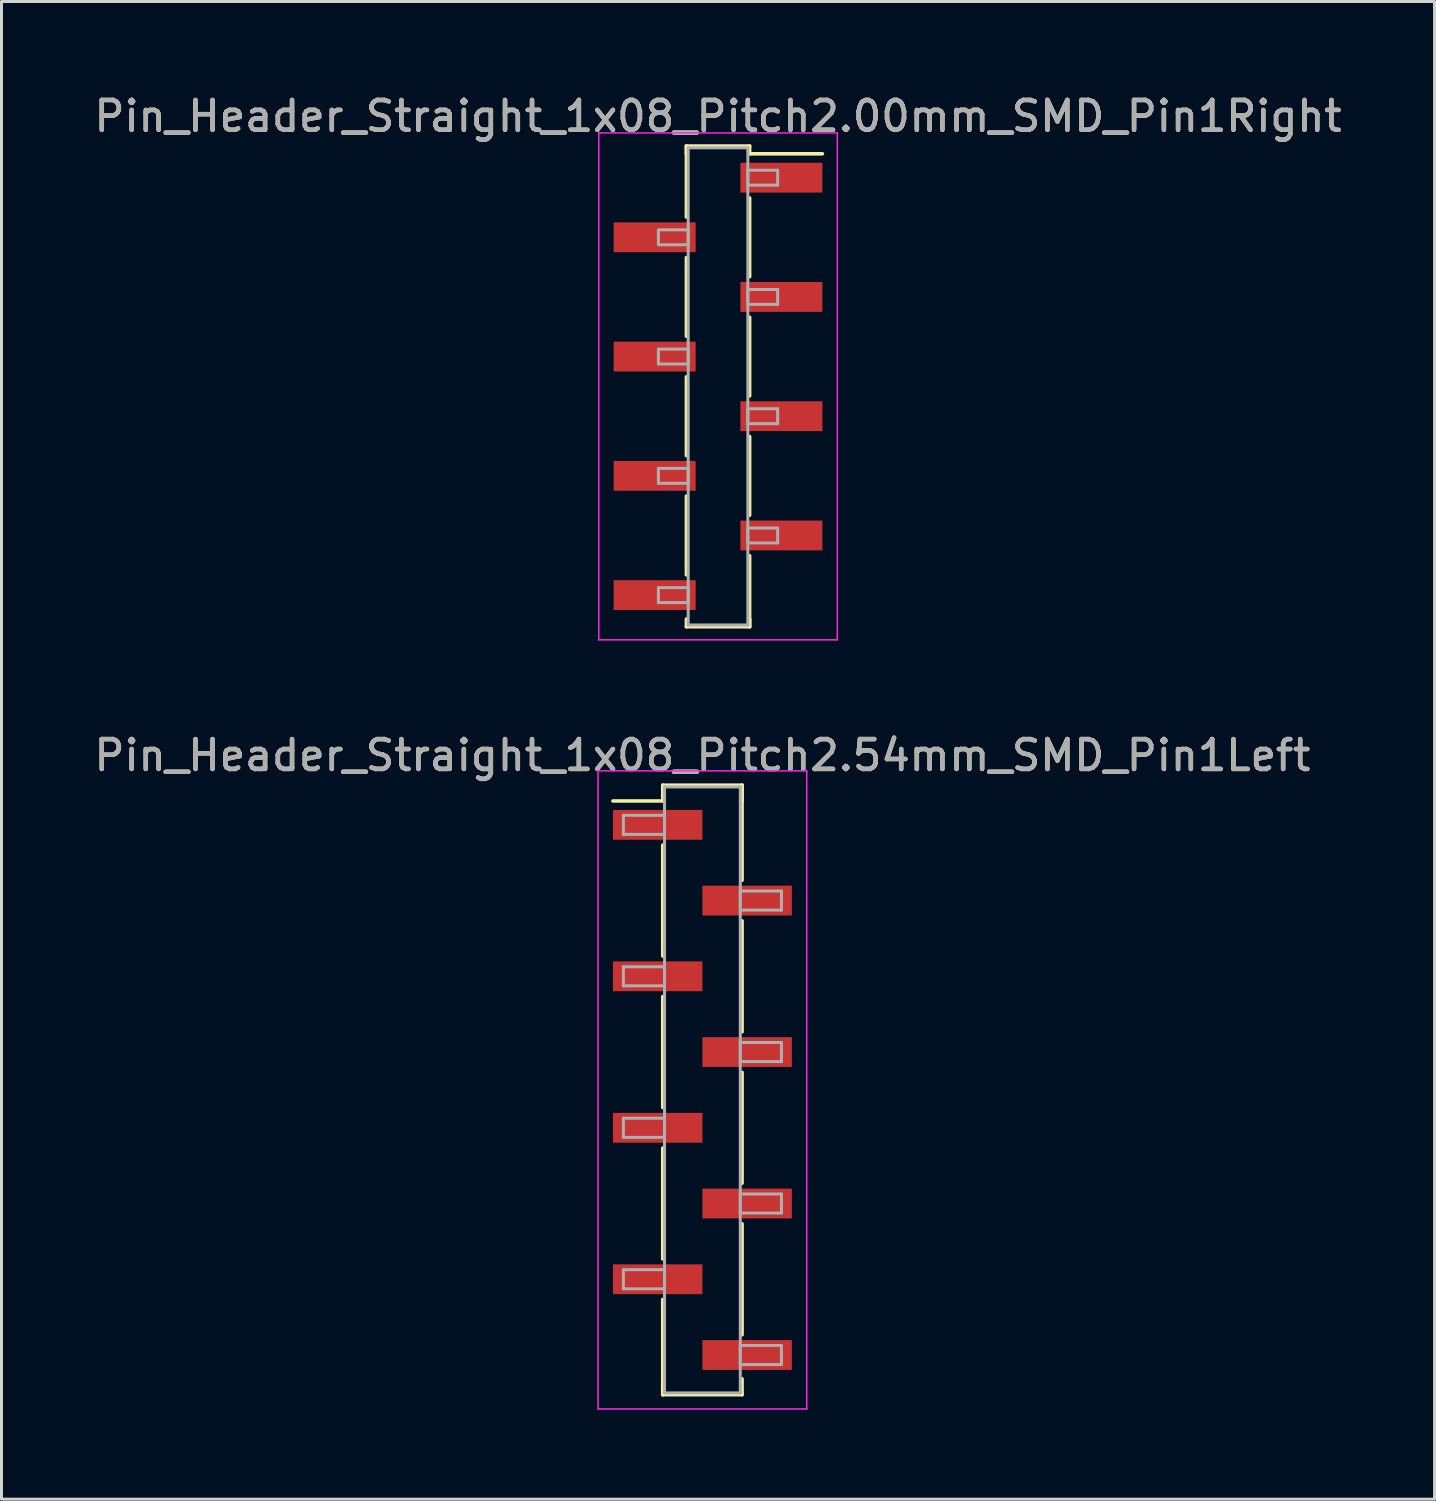
<source format=kicad_pcb>
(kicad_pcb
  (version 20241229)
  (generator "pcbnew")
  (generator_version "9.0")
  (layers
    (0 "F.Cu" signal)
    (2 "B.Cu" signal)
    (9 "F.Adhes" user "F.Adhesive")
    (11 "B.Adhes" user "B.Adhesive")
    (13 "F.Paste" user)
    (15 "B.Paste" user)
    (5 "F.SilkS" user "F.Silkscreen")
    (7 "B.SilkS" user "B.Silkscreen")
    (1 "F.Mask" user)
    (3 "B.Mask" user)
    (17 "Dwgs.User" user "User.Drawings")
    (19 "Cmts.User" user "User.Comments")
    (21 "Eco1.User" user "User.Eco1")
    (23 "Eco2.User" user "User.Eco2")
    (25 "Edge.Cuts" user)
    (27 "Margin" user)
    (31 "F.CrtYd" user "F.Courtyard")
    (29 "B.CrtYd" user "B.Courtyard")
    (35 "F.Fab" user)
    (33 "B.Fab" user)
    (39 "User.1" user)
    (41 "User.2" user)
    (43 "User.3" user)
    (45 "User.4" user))
  (footprint "Pin_Header_Straight_1x08_Pitch2.00mm_SMD_Pin1Right"
    (layer "F.Cu")
    (at 21.03 9.908)
    (property "Reference" "Pin_Header_Straight_1x08_Pitch2.00mm_SMD_Pin1Right" (at 0 -9.06 0) (layer "F.SilkS") (effects (font (size 1 1) (thickness 0.15))))
    (attr smd)
    (fp_line (start -1.06 -8.06) (end -1.06 -5.68) (stroke (width 0.12) (type solid)) (layer "F.SilkS"))
    (fp_line (start -1.06 -8.06) (end 1.06 -8.06) (stroke (width 0.12) (type solid)) (layer "F.SilkS"))
    (fp_line (start -1.06 -7.8) (end -1.06 -8.06) (stroke (width 0.12) (type solid)) (layer "F.SilkS"))
    (fp_line (start -1.06 -4.32) (end -1.06 -1.68) (stroke (width 0.12) (type solid)) (layer "F.SilkS"))
    (fp_line (start -1.06 -0.32) (end -1.06 2.32) (stroke (width 0.12) (type solid)) (layer "F.SilkS"))
    (fp_line (start -1.06 3.68) (end -1.06 6.32) (stroke (width 0.12) (type solid)) (layer "F.SilkS"))
    (fp_line (start -1.06 7.8) (end -1.06 8.06) (stroke (width 0.12) (type solid)) (layer "F.SilkS"))
    (fp_line (start -1.06 8.06) (end 1.06 8.06) (stroke (width 0.12) (type solid)) (layer "F.SilkS"))
    (fp_line (start 1.06 -8.06) (end 1.06 -7.8) (stroke (width 0.12) (type solid)) (layer "F.SilkS"))
    (fp_line (start 1.06 -7.8) (end 3.5 -7.8) (stroke (width 0.12) (type solid)) (layer "F.SilkS"))
    (fp_line (start 1.06 -6.32) (end 1.06 -3.68) (stroke (width 0.12) (type solid)) (layer "F.SilkS"))
    (fp_line (start 1.06 -2.32) (end 1.06 0.32) (stroke (width 0.12) (type solid)) (layer "F.SilkS"))
    (fp_line (start 1.06 1.68) (end 1.06 4.32) (stroke (width 0.12) (type solid)) (layer "F.SilkS"))
    (fp_line (start 1.06 5.68) (end 1.06 8.06) (stroke (width 0.12) (type solid)) (layer "F.SilkS"))
    (fp_line (start 1.06 8.06) (end 1.06 7.8) (stroke (width 0.12) (type solid)) (layer "F.SilkS"))
    (fp_line (start -4 -8.5) (end -4 8.5) (stroke (width 0.05) (type solid)) (layer "F.CrtYd"))
    (fp_line (start -4 8.5) (end 4 8.5) (stroke (width 0.05) (type solid)) (layer "F.CrtYd"))
    (fp_line (start 4 -8.5) (end -4 -8.5) (stroke (width 0.05) (type solid)) (layer "F.CrtYd"))
    (fp_line (start 4 8.5) (end 4 -8.5) (stroke (width 0.05) (type solid)) (layer "F.CrtYd"))
    (fp_line (start -2 -5.25) (end -1 -5.25) (stroke (width 0.1) (type solid)) (layer "F.Fab"))
    (fp_line (start -2 -4.75) (end -2 -5.25) (stroke (width 0.1) (type solid)) (layer "F.Fab"))
    (fp_line (start -2 -1.25) (end -1 -1.25) (stroke (width 0.1) (type solid)) (layer "F.Fab"))
    (fp_line (start -2 -0.75) (end -2 -1.25) (stroke (width 0.1) (type solid)) (layer "F.Fab"))
    (fp_line (start -2 2.75) (end -1 2.75) (stroke (width 0.1) (type solid)) (layer "F.Fab"))
    (fp_line (start -2 3.25) (end -2 2.75) (stroke (width 0.1) (type solid)) (layer "F.Fab"))
    (fp_line (start -2 6.75) (end -1 6.75) (stroke (width 0.1) (type solid)) (layer "F.Fab"))
    (fp_line (start -2 7.25) (end -2 6.75) (stroke (width 0.1) (type solid)) (layer "F.Fab"))
    (fp_line (start -1 -8) (end -1 8) (stroke (width 0.1) (type solid)) (layer "F.Fab"))
    (fp_line (start -1 -5.25) (end -1 -4.75) (stroke (width 0.1) (type solid)) (layer "F.Fab"))
    (fp_line (start -1 -4.75) (end -2 -4.75) (stroke (width 0.1) (type solid)) (layer "F.Fab"))
    (fp_line (start -1 -1.25) (end -1 -0.75) (stroke (width 0.1) (type solid)) (layer "F.Fab"))
    (fp_line (start -1 -0.75) (end -2 -0.75) (stroke (width 0.1) (type solid)) (layer "F.Fab"))
    (fp_line (start -1 2.75) (end -1 3.25) (stroke (width 0.1) (type solid)) (layer "F.Fab"))
    (fp_line (start -1 3.25) (end -2 3.25) (stroke (width 0.1) (type solid)) (layer "F.Fab"))
    (fp_line (start -1 6.75) (end -1 7.25) (stroke (width 0.1) (type solid)) (layer "F.Fab"))
    (fp_line (start -1 7.25) (end -2 7.25) (stroke (width 0.1) (type solid)) (layer "F.Fab"))
    (fp_line (start -1 8) (end 1 8) (stroke (width 0.1) (type solid)) (layer "F.Fab"))
    (fp_line (start 1 -8) (end -1 -8) (stroke (width 0.1) (type solid)) (layer "F.Fab"))
    (fp_line (start 1 -7.25) (end 1 -6.75) (stroke (width 0.1) (type solid)) (layer "F.Fab"))
    (fp_line (start 1 -6.75) (end 2 -6.75) (stroke (width 0.1) (type solid)) (layer "F.Fab"))
    (fp_line (start 1 -3.25) (end 1 -2.75) (stroke (width 0.1) (type solid)) (layer "F.Fab"))
    (fp_line (start 1 -2.75) (end 2 -2.75) (stroke (width 0.1) (type solid)) (layer "F.Fab"))
    (fp_line (start 1 0.75) (end 1 1.25) (stroke (width 0.1) (type solid)) (layer "F.Fab"))
    (fp_line (start 1 1.25) (end 2 1.25) (stroke (width 0.1) (type solid)) (layer "F.Fab"))
    (fp_line (start 1 4.75) (end 1 5.25) (stroke (width 0.1) (type solid)) (layer "F.Fab"))
    (fp_line (start 1 5.25) (end 2 5.25) (stroke (width 0.1) (type solid)) (layer "F.Fab"))
    (fp_line (start 1 8) (end 1 -8) (stroke (width 0.1) (type solid)) (layer "F.Fab"))
    (fp_line (start 2 -7.25) (end 1 -7.25) (stroke (width 0.1) (type solid)) (layer "F.Fab"))
    (fp_line (start 2 -6.75) (end 2 -7.25) (stroke (width 0.1) (type solid)) (layer "F.Fab"))
    (fp_line (start 2 -3.25) (end 1 -3.25) (stroke (width 0.1) (type solid)) (layer "F.Fab"))
    (fp_line (start 2 -2.75) (end 2 -3.25) (stroke (width 0.1) (type solid)) (layer "F.Fab"))
    (fp_line (start 2 0.75) (end 1 0.75) (stroke (width 0.1) (type solid)) (layer "F.Fab"))
    (fp_line (start 2 1.25) (end 2 0.75) (stroke (width 0.1) (type solid)) (layer "F.Fab"))
    (fp_line (start 2 4.75) (end 1 4.75) (stroke (width 0.1) (type solid)) (layer "F.Fab"))
    (fp_line (start 2 5.25) (end 2 4.75) (stroke (width 0.1) (type solid)) (layer "F.Fab"))
    (fp_text user "${REFERENCE}" (at 0 -9.06 0) (layer "F.Fab") (effects (font (size 1 1) (thickness 0.15))))
    (pad "1" smd rect (at 2.125 -7) (size 2.75 1) (layers "F.Cu" "F.Mask" "F.Paste"))
    (pad "2" smd rect (at -2.125 -5) (size 2.75 1) (layers "F.Cu" "F.Mask" "F.Paste"))
    (pad "3" smd rect (at 2.125 -3) (size 2.75 1) (layers "F.Cu" "F.Mask" "F.Paste"))
    (pad "4" smd rect (at -2.125 -1) (size 2.75 1) (layers "F.Cu" "F.Mask" "F.Paste"))
    (pad "5" smd rect (at 2.125 1) (size 2.75 1) (layers "F.Cu" "F.Mask" "F.Paste"))
    (pad "6" smd rect (at -2.125 3) (size 2.75 1) (layers "F.Cu" "F.Mask" "F.Paste"))
    (pad "7" smd rect (at 2.125 5) (size 2.75 1) (layers "F.Cu" "F.Mask" "F.Paste"))
    (pad "8" smd rect (at -2.125 7) (size 2.75 1) (layers "F.Cu" "F.Mask" "F.Paste")))
  (footprint "Pin_Header_Straight_1x08_Pitch2.54mm_SMD_Pin1Left"
    (layer "F.Cu")
    (at 20.506 33.502)
    (property "Reference" "Pin_Header_Straight_1x08_Pitch2.54mm_SMD_Pin1Left" (at 0 -11.22 0) (layer "F.SilkS") (effects (font (size 1 1) (thickness 0.15))))
    (attr smd)
    (fp_line (start -1.33 -10.22) (end 1.33 -10.22) (stroke (width 0.12) (type solid)) (layer "F.SilkS"))
    (fp_line (start -1.33 -9.69) (end -3 -9.69) (stroke (width 0.12) (type solid)) (layer "F.SilkS"))
    (fp_line (start -1.33 -9.69) (end -1.33 -10.22) (stroke (width 0.12) (type solid)) (layer "F.SilkS"))
    (fp_line (start -1.33 -8.21) (end -1.33 -4.49) (stroke (width 0.12) (type solid)) (layer "F.SilkS"))
    (fp_line (start -1.33 -3.13) (end -1.33 0.59) (stroke (width 0.12) (type solid)) (layer "F.SilkS"))
    (fp_line (start -1.33 1.95) (end -1.33 5.67) (stroke (width 0.12) (type solid)) (layer "F.SilkS"))
    (fp_line (start -1.33 7.03) (end -1.33 10.22) (stroke (width 0.12) (type solid)) (layer "F.SilkS"))
    (fp_line (start -1.33 9.69) (end -1.33 10.22) (stroke (width 0.12) (type solid)) (layer "F.SilkS"))
    (fp_line (start -1.33 10.22) (end 1.33 10.22) (stroke (width 0.12) (type solid)) (layer "F.SilkS"))
    (fp_line (start 1.33 -10.22) (end 1.33 -9.69) (stroke (width 0.12) (type solid)) (layer "F.SilkS"))
    (fp_line (start 1.33 -10.22) (end 1.33 -7.03) (stroke (width 0.12) (type solid)) (layer "F.SilkS"))
    (fp_line (start 1.33 -5.67) (end 1.33 -1.95) (stroke (width 0.12) (type solid)) (layer "F.SilkS"))
    (fp_line (start 1.33 -0.59) (end 1.33 3.13) (stroke (width 0.12) (type solid)) (layer "F.SilkS"))
    (fp_line (start 1.33 4.49) (end 1.33 8.21) (stroke (width 0.12) (type solid)) (layer "F.SilkS"))
    (fp_line (start 1.33 10.22) (end 1.33 9.69) (stroke (width 0.12) (type solid)) (layer "F.SilkS"))
    (fp_line (start -3.5 -10.7) (end -3.5 10.7) (stroke (width 0.05) (type solid)) (layer "F.CrtYd"))
    (fp_line (start -3.5 10.7) (end 3.5 10.7) (stroke (width 0.05) (type solid)) (layer "F.CrtYd"))
    (fp_line (start 3.5 -10.7) (end -3.5 -10.7) (stroke (width 0.05) (type solid)) (layer "F.CrtYd"))
    (fp_line (start 3.5 10.7) (end 3.5 -10.7) (stroke (width 0.05) (type solid)) (layer "F.CrtYd"))
    (fp_line (start -2.65 -9.21) (end -1.27 -9.21) (stroke (width 0.1) (type solid)) (layer "F.Fab"))
    (fp_line (start -2.65 -8.57) (end -2.65 -9.21) (stroke (width 0.1) (type solid)) (layer "F.Fab"))
    (fp_line (start -2.65 -4.13) (end -1.27 -4.13) (stroke (width 0.1) (type solid)) (layer "F.Fab"))
    (fp_line (start -2.65 -3.49) (end -2.65 -4.13) (stroke (width 0.1) (type solid)) (layer "F.Fab"))
    (fp_line (start -2.65 0.95) (end -1.27 0.95) (stroke (width 0.1) (type solid)) (layer "F.Fab"))
    (fp_line (start -2.65 1.59) (end -2.65 0.95) (stroke (width 0.1) (type solid)) (layer "F.Fab"))
    (fp_line (start -2.65 6.03) (end -1.27 6.03) (stroke (width 0.1) (type solid)) (layer "F.Fab"))
    (fp_line (start -2.65 6.67) (end -2.65 6.03) (stroke (width 0.1) (type solid)) (layer "F.Fab"))
    (fp_line (start -1.27 -10.16) (end -1.27 10.16) (stroke (width 0.1) (type solid)) (layer "F.Fab"))
    (fp_line (start -1.27 -9.21) (end -1.27 -8.57) (stroke (width 0.1) (type solid)) (layer "F.Fab"))
    (fp_line (start -1.27 -8.57) (end -2.65 -8.57) (stroke (width 0.1) (type solid)) (layer "F.Fab"))
    (fp_line (start -1.27 -4.13) (end -1.27 -3.49) (stroke (width 0.1) (type solid)) (layer "F.Fab"))
    (fp_line (start -1.27 -3.49) (end -2.65 -3.49) (stroke (width 0.1) (type solid)) (layer "F.Fab"))
    (fp_line (start -1.27 0.95) (end -1.27 1.59) (stroke (width 0.1) (type solid)) (layer "F.Fab"))
    (fp_line (start -1.27 1.59) (end -2.65 1.59) (stroke (width 0.1) (type solid)) (layer "F.Fab"))
    (fp_line (start -1.27 6.03) (end -1.27 6.67) (stroke (width 0.1) (type solid)) (layer "F.Fab"))
    (fp_line (start -1.27 6.67) (end -2.65 6.67) (stroke (width 0.1) (type solid)) (layer "F.Fab"))
    (fp_line (start -1.27 10.16) (end 1.27 10.16) (stroke (width 0.1) (type solid)) (layer "F.Fab"))
    (fp_line (start 1.27 -10.16) (end -1.27 -10.16) (stroke (width 0.1) (type solid)) (layer "F.Fab"))
    (fp_line (start 1.27 -6.67) (end 1.27 -6.03) (stroke (width 0.1) (type solid)) (layer "F.Fab"))
    (fp_line (start 1.27 -6.03) (end 2.65 -6.03) (stroke (width 0.1) (type solid)) (layer "F.Fab"))
    (fp_line (start 1.27 -1.59) (end 1.27 -0.95) (stroke (width 0.1) (type solid)) (layer "F.Fab"))
    (fp_line (start 1.27 -0.95) (end 2.65 -0.95) (stroke (width 0.1) (type solid)) (layer "F.Fab"))
    (fp_line (start 1.27 3.49) (end 1.27 4.13) (stroke (width 0.1) (type solid)) (layer "F.Fab"))
    (fp_line (start 1.27 4.13) (end 2.65 4.13) (stroke (width 0.1) (type solid)) (layer "F.Fab"))
    (fp_line (start 1.27 8.57) (end 1.27 9.21) (stroke (width 0.1) (type solid)) (layer "F.Fab"))
    (fp_line (start 1.27 9.21) (end 2.65 9.21) (stroke (width 0.1) (type solid)) (layer "F.Fab"))
    (fp_line (start 1.27 10.16) (end 1.27 -10.16) (stroke (width 0.1) (type solid)) (layer "F.Fab"))
    (fp_line (start 2.65 -6.67) (end 1.27 -6.67) (stroke (width 0.1) (type solid)) (layer "F.Fab"))
    (fp_line (start 2.65 -6.03) (end 2.65 -6.67) (stroke (width 0.1) (type solid)) (layer "F.Fab"))
    (fp_line (start 2.65 -1.59) (end 1.27 -1.59) (stroke (width 0.1) (type solid)) (layer "F.Fab"))
    (fp_line (start 2.65 -0.95) (end 2.65 -1.59) (stroke (width 0.1) (type solid)) (layer "F.Fab"))
    (fp_line (start 2.65 3.49) (end 1.27 3.49) (stroke (width 0.1) (type solid)) (layer "F.Fab"))
    (fp_line (start 2.65 4.13) (end 2.65 3.49) (stroke (width 0.1) (type solid)) (layer "F.Fab"))
    (fp_line (start 2.65 8.57) (end 1.27 8.57) (stroke (width 0.1) (type solid)) (layer "F.Fab"))
    (fp_line (start 2.65 9.21) (end 2.65 8.57) (stroke (width 0.1) (type solid)) (layer "F.Fab"))
    (fp_text user "${REFERENCE}" (at 0 -11.22 0) (layer "F.Fab") (effects (font (size 1 1) (thickness 0.15))))
    (pad "1" smd rect (at -1.5 -8.89) (size 3 1) (layers "F.Cu" "F.Mask" "F.Paste"))
    (pad "2" smd rect (at 1.5 -6.35) (size 3 1) (layers "F.Cu" "F.Mask" "F.Paste"))
    (pad "3" smd rect (at -1.5 -3.81) (size 3 1) (layers "F.Cu" "F.Mask" "F.Paste"))
    (pad "4" smd rect (at 1.5 -1.27) (size 3 1) (layers "F.Cu" "F.Mask" "F.Paste"))
    (pad "5" smd rect (at -1.5 1.27) (size 3 1) (layers "F.Cu" "F.Mask" "F.Paste"))
    (pad "6" smd rect (at 1.5 3.81) (size 3 1) (layers "F.Cu" "F.Mask" "F.Paste"))
    (pad "7" smd rect (at -1.5 6.35) (size 3 1) (layers "F.Cu" "F.Mask" "F.Paste"))
    (pad "8" smd rect (at 1.5 8.89) (size 3 1) (layers "F.Cu" "F.Mask" "F.Paste")))
  (gr_rect
    (start -3 -3)
    (end 45.06 47.227)
    (stroke (width 0.1) (type default))
    (fill no)
    (layer "Edge.Cuts")))
</source>
